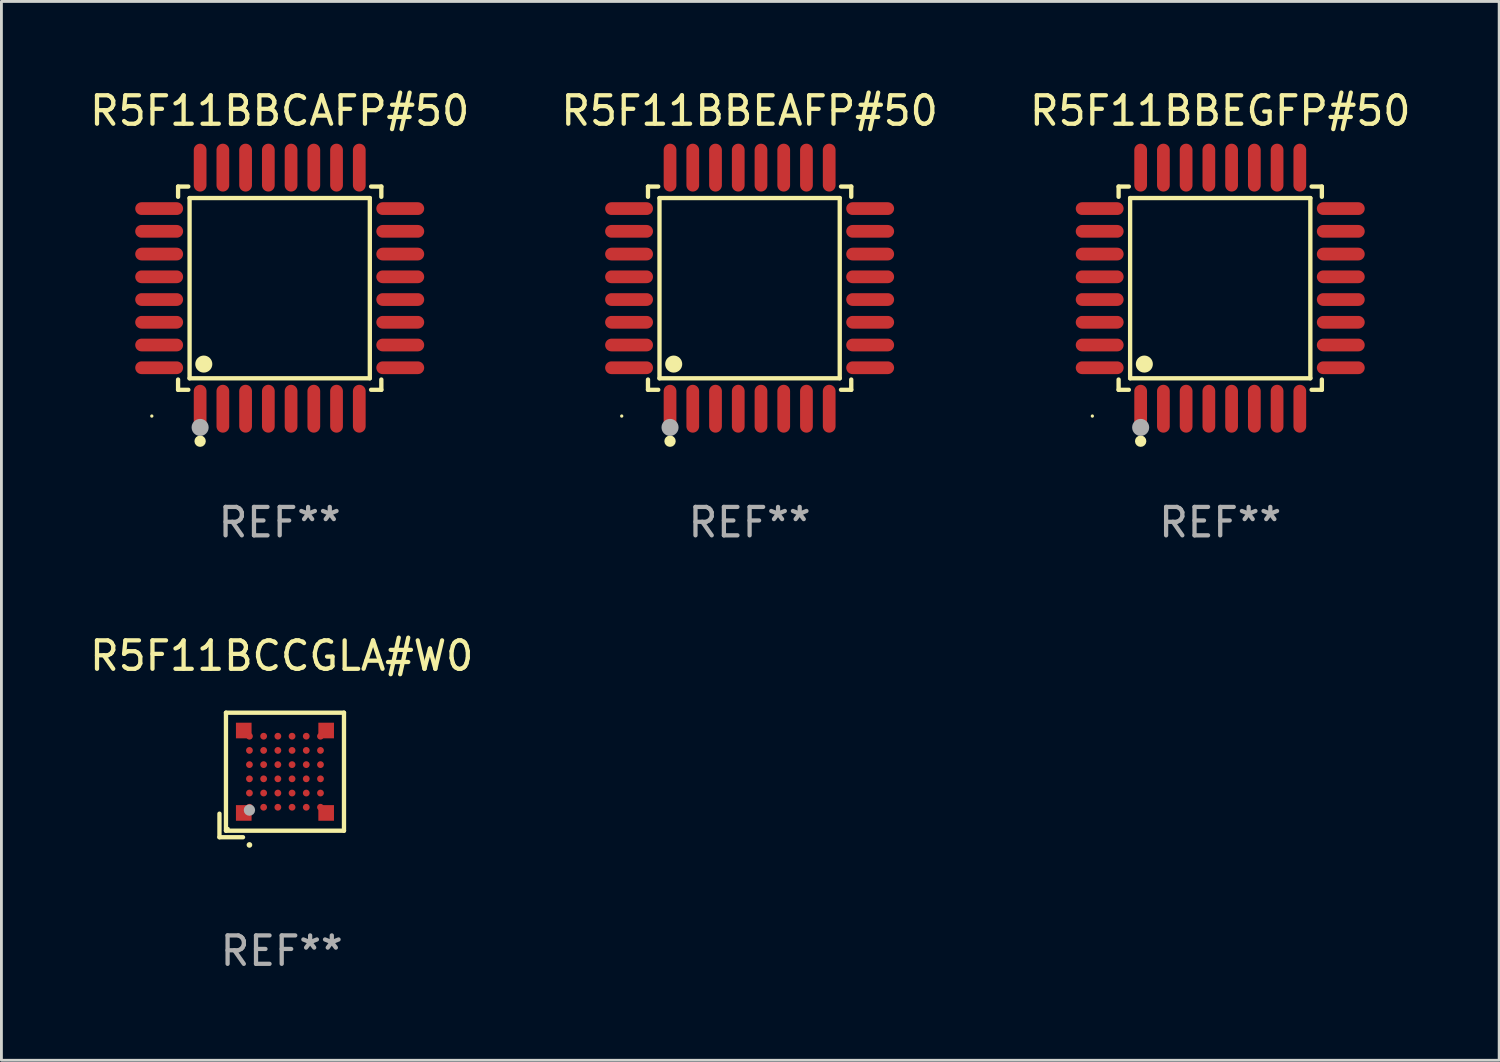
<source format=kicad_pcb>
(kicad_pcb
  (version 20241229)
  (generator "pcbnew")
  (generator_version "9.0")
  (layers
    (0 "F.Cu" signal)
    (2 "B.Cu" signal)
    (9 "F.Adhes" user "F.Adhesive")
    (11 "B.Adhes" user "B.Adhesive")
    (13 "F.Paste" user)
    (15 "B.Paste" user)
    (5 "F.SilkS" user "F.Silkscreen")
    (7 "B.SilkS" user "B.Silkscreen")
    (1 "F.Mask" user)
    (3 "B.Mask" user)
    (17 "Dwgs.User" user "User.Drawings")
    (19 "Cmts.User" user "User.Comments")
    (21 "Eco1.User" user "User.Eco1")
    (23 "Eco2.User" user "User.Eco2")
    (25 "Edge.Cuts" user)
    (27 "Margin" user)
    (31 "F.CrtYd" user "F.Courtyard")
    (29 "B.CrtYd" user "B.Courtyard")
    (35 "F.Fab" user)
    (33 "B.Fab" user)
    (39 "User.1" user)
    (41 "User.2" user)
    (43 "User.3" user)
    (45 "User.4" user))
  (footprint "R5F11BBEGFP#50"
    (layer "F.Cu")
    (at 39.887 7.09)
    (property "Reference" "R5F11BBEGFP#50" (at 0 -6.242 0) (layer "F.SilkS") (effects (font (size 1 1) (thickness 0.15))))
    (attr through_hole)
    (fp_line (start -3.576 -3.576) (end -3.215 -3.576) (stroke (width 0.152) (type solid)) (layer "F.SilkS"))
    (fp_line (start -3.576 -3.215) (end -3.576 -3.576) (stroke (width 0.152) (type solid)) (layer "F.SilkS"))
    (fp_line (start -3.576 3.215) (end -3.576 3.576) (stroke (width 0.152) (type solid)) (layer "F.SilkS"))
    (fp_line (start -3.576 3.576) (end -3.215 3.576) (stroke (width 0.152) (type solid)) (layer "F.SilkS"))
    (fp_line (start -3.171 -3.171) (end 3.171 -3.171) (stroke (width 0.152) (type solid)) (layer "F.SilkS"))
    (fp_line (start -3.171 3.171) (end -3.171 -3.171) (stroke (width 0.152) (type solid)) (layer "F.SilkS"))
    (fp_line (start 3.171 -3.171) (end 3.171 3.171) (stroke (width 0.152) (type solid)) (layer "F.SilkS"))
    (fp_line (start 3.171 3.171) (end -3.171 3.171) (stroke (width 0.152) (type solid)) (layer "F.SilkS"))
    (fp_line (start 3.576 -3.576) (end 3.215 -3.576) (stroke (width 0.152) (type solid)) (layer "F.SilkS"))
    (fp_line (start 3.576 -3.215) (end 3.576 -3.576) (stroke (width 0.152) (type solid)) (layer "F.SilkS"))
    (fp_line (start 3.576 3.215) (end 3.576 3.576) (stroke (width 0.152) (type solid)) (layer "F.SilkS"))
    (fp_line (start 3.576 3.576) (end 3.215 3.576) (stroke (width 0.152) (type solid)) (layer "F.SilkS"))
    (fp_circle (center -4.5 4.5) (end -4.47 4.5) (stroke (width 0.06) (type solid)) (fill no) (layer "F.SilkS"))
    (fp_circle (center -2.8 5.384) (end -2.7 5.384) (stroke (width 0.2) (type solid)) (fill no) (layer "F.SilkS"))
    (fp_circle (center -2.671 2.671) (end -2.521 2.671) (stroke (width 0.3) (type solid)) (fill no) (layer "F.SilkS"))
    (fp_circle (center -2.8 4.9) (end -2.65 4.9) (stroke (width 0.3) (type solid)) (fill no) (layer "F.Fab"))
    (fp_text user "REF**" (at 0 8.242 0) (layer "F.Fab") (effects (font (size 1 1) (thickness 0.15))))
    (pad "1" smd oval (at -2.8 4.242) (size 0.448 1.684) (layers "F.Cu" "F.Mask" "F.Paste"))
    (pad "2" smd oval (at -2 4.242) (size 0.448 1.684) (layers "F.Cu" "F.Mask" "F.Paste"))
    (pad "3" smd oval (at -1.2 4.242) (size 0.448 1.684) (layers "F.Cu" "F.Mask" "F.Paste"))
    (pad "4" smd oval (at -0.4 4.242) (size 0.448 1.684) (layers "F.Cu" "F.Mask" "F.Paste"))
    (pad "5" smd oval (at 0.4 4.242) (size 0.448 1.684) (layers "F.Cu" "F.Mask" "F.Paste"))
    (pad "6" smd oval (at 1.2 4.242) (size 0.448 1.684) (layers "F.Cu" "F.Mask" "F.Paste"))
    (pad "7" smd oval (at 2 4.242) (size 0.448 1.684) (layers "F.Cu" "F.Mask" "F.Paste"))
    (pad "8" smd oval (at 2.8 4.242) (size 0.448 1.684) (layers "F.Cu" "F.Mask" "F.Paste"))
    (pad "9" smd oval (at 4.242 2.8) (size 1.684 0.448) (layers "F.Cu" "F.Mask" "F.Paste"))
    (pad "10" smd oval (at 4.242 2) (size 1.684 0.448) (layers "F.Cu" "F.Mask" "F.Paste"))
    (pad "11" smd oval (at 4.242 1.2) (size 1.684 0.448) (layers "F.Cu" "F.Mask" "F.Paste"))
    (pad "12" smd oval (at 4.242 0.4) (size 1.684 0.448) (layers "F.Cu" "F.Mask" "F.Paste"))
    (pad "13" smd oval (at 4.242 -0.4) (size 1.684 0.448) (layers "F.Cu" "F.Mask" "F.Paste"))
    (pad "14" smd oval (at 4.242 -1.2) (size 1.684 0.448) (layers "F.Cu" "F.Mask" "F.Paste"))
    (pad "15" smd oval (at 4.242 -2) (size 1.684 0.448) (layers "F.Cu" "F.Mask" "F.Paste"))
    (pad "16" smd oval (at 4.242 -2.8) (size 1.684 0.448) (layers "F.Cu" "F.Mask" "F.Paste"))
    (pad "17" smd oval (at 2.8 -4.242) (size 0.448 1.684) (layers "F.Cu" "F.Mask" "F.Paste"))
    (pad "18" smd oval (at 2 -4.242) (size 0.448 1.684) (layers "F.Cu" "F.Mask" "F.Paste"))
    (pad "19" smd oval (at 1.2 -4.242) (size 0.448 1.684) (layers "F.Cu" "F.Mask" "F.Paste"))
    (pad "20" smd oval (at 0.4 -4.242) (size 0.448 1.684) (layers "F.Cu" "F.Mask" "F.Paste"))
    (pad "21" smd oval (at -0.4 -4.242) (size 0.448 1.684) (layers "F.Cu" "F.Mask" "F.Paste"))
    (pad "22" smd oval (at -1.2 -4.242) (size 0.448 1.684) (layers "F.Cu" "F.Mask" "F.Paste"))
    (pad "23" smd oval (at -2 -4.242) (size 0.448 1.684) (layers "F.Cu" "F.Mask" "F.Paste"))
    (pad "24" smd oval (at -2.8 -4.242) (size 0.448 1.684) (layers "F.Cu" "F.Mask" "F.Paste"))
    (pad "25" smd oval (at -4.242 -2.8) (size 1.684 0.448) (layers "F.Cu" "F.Mask" "F.Paste"))
    (pad "26" smd oval (at -4.242 -2) (size 1.684 0.448) (layers "F.Cu" "F.Mask" "F.Paste"))
    (pad "27" smd oval (at -4.242 -1.2) (size 1.684 0.448) (layers "F.Cu" "F.Mask" "F.Paste"))
    (pad "28" smd oval (at -4.242 -0.4) (size 1.684 0.448) (layers "F.Cu" "F.Mask" "F.Paste"))
    (pad "29" smd oval (at -4.242 0.4) (size 1.684 0.448) (layers "F.Cu" "F.Mask" "F.Paste"))
    (pad "30" smd oval (at -4.242 1.2) (size 1.684 0.448) (layers "F.Cu" "F.Mask" "F.Paste"))
    (pad "31" smd oval (at -4.242 2) (size 1.684 0.448) (layers "F.Cu" "F.Mask" "F.Paste"))
    (pad "32" smd oval (at -4.242 2.8) (size 1.684 0.448) (layers "F.Cu" "F.Mask" "F.Paste")))
  (footprint "R5F11BBEAFP#50"
    (layer "F.Cu")
    (at 23.327 7.09)
    (property "Reference" "R5F11BBEAFP#50" (at 0 -6.242 0) (layer "F.SilkS") (effects (font (size 1 1) (thickness 0.15))))
    (attr through_hole)
    (fp_line (start -3.576 -3.576) (end -3.215 -3.576) (stroke (width 0.152) (type solid)) (layer "F.SilkS"))
    (fp_line (start -3.576 -3.215) (end -3.576 -3.576) (stroke (width 0.152) (type solid)) (layer "F.SilkS"))
    (fp_line (start -3.576 3.215) (end -3.576 3.576) (stroke (width 0.152) (type solid)) (layer "F.SilkS"))
    (fp_line (start -3.576 3.576) (end -3.215 3.576) (stroke (width 0.152) (type solid)) (layer "F.SilkS"))
    (fp_line (start -3.171 -3.171) (end 3.171 -3.171) (stroke (width 0.152) (type solid)) (layer "F.SilkS"))
    (fp_line (start -3.171 3.171) (end -3.171 -3.171) (stroke (width 0.152) (type solid)) (layer "F.SilkS"))
    (fp_line (start 3.171 -3.171) (end 3.171 3.171) (stroke (width 0.152) (type solid)) (layer "F.SilkS"))
    (fp_line (start 3.171 3.171) (end -3.171 3.171) (stroke (width 0.152) (type solid)) (layer "F.SilkS"))
    (fp_line (start 3.576 -3.576) (end 3.215 -3.576) (stroke (width 0.152) (type solid)) (layer "F.SilkS"))
    (fp_line (start 3.576 -3.215) (end 3.576 -3.576) (stroke (width 0.152) (type solid)) (layer "F.SilkS"))
    (fp_line (start 3.576 3.215) (end 3.576 3.576) (stroke (width 0.152) (type solid)) (layer "F.SilkS"))
    (fp_line (start 3.576 3.576) (end 3.215 3.576) (stroke (width 0.152) (type solid)) (layer "F.SilkS"))
    (fp_circle (center -4.5 4.5) (end -4.47 4.5) (stroke (width 0.06) (type solid)) (fill no) (layer "F.SilkS"))
    (fp_circle (center -2.8 5.384) (end -2.7 5.384) (stroke (width 0.2) (type solid)) (fill no) (layer "F.SilkS"))
    (fp_circle (center -2.671 2.671) (end -2.521 2.671) (stroke (width 0.3) (type solid)) (fill no) (layer "F.SilkS"))
    (fp_circle (center -2.8 4.9) (end -2.65 4.9) (stroke (width 0.3) (type solid)) (fill no) (layer "F.Fab"))
    (fp_text user "REF**" (at 0 8.242 0) (layer "F.Fab") (effects (font (size 1 1) (thickness 0.15))))
    (pad "1" smd oval (at -2.8 4.242) (size 0.448 1.684) (layers "F.Cu" "F.Mask" "F.Paste"))
    (pad "2" smd oval (at -2 4.242) (size 0.448 1.684) (layers "F.Cu" "F.Mask" "F.Paste"))
    (pad "3" smd oval (at -1.2 4.242) (size 0.448 1.684) (layers "F.Cu" "F.Mask" "F.Paste"))
    (pad "4" smd oval (at -0.4 4.242) (size 0.448 1.684) (layers "F.Cu" "F.Mask" "F.Paste"))
    (pad "5" smd oval (at 0.4 4.242) (size 0.448 1.684) (layers "F.Cu" "F.Mask" "F.Paste"))
    (pad "6" smd oval (at 1.2 4.242) (size 0.448 1.684) (layers "F.Cu" "F.Mask" "F.Paste"))
    (pad "7" smd oval (at 2 4.242) (size 0.448 1.684) (layers "F.Cu" "F.Mask" "F.Paste"))
    (pad "8" smd oval (at 2.8 4.242) (size 0.448 1.684) (layers "F.Cu" "F.Mask" "F.Paste"))
    (pad "9" smd oval (at 4.242 2.8) (size 1.684 0.448) (layers "F.Cu" "F.Mask" "F.Paste"))
    (pad "10" smd oval (at 4.242 2) (size 1.684 0.448) (layers "F.Cu" "F.Mask" "F.Paste"))
    (pad "11" smd oval (at 4.242 1.2) (size 1.684 0.448) (layers "F.Cu" "F.Mask" "F.Paste"))
    (pad "12" smd oval (at 4.242 0.4) (size 1.684 0.448) (layers "F.Cu" "F.Mask" "F.Paste"))
    (pad "13" smd oval (at 4.242 -0.4) (size 1.684 0.448) (layers "F.Cu" "F.Mask" "F.Paste"))
    (pad "14" smd oval (at 4.242 -1.2) (size 1.684 0.448) (layers "F.Cu" "F.Mask" "F.Paste"))
    (pad "15" smd oval (at 4.242 -2) (size 1.684 0.448) (layers "F.Cu" "F.Mask" "F.Paste"))
    (pad "16" smd oval (at 4.242 -2.8) (size 1.684 0.448) (layers "F.Cu" "F.Mask" "F.Paste"))
    (pad "17" smd oval (at 2.8 -4.242) (size 0.448 1.684) (layers "F.Cu" "F.Mask" "F.Paste"))
    (pad "18" smd oval (at 2 -4.242) (size 0.448 1.684) (layers "F.Cu" "F.Mask" "F.Paste"))
    (pad "19" smd oval (at 1.2 -4.242) (size 0.448 1.684) (layers "F.Cu" "F.Mask" "F.Paste"))
    (pad "20" smd oval (at 0.4 -4.242) (size 0.448 1.684) (layers "F.Cu" "F.Mask" "F.Paste"))
    (pad "21" smd oval (at -0.4 -4.242) (size 0.448 1.684) (layers "F.Cu" "F.Mask" "F.Paste"))
    (pad "22" smd oval (at -1.2 -4.242) (size 0.448 1.684) (layers "F.Cu" "F.Mask" "F.Paste"))
    (pad "23" smd oval (at -2 -4.242) (size 0.448 1.684) (layers "F.Cu" "F.Mask" "F.Paste"))
    (pad "24" smd oval (at -2.8 -4.242) (size 0.448 1.684) (layers "F.Cu" "F.Mask" "F.Paste"))
    (pad "25" smd oval (at -4.242 -2.8) (size 1.684 0.448) (layers "F.Cu" "F.Mask" "F.Paste"))
    (pad "26" smd oval (at -4.242 -2) (size 1.684 0.448) (layers "F.Cu" "F.Mask" "F.Paste"))
    (pad "27" smd oval (at -4.242 -1.2) (size 1.684 0.448) (layers "F.Cu" "F.Mask" "F.Paste"))
    (pad "28" smd oval (at -4.242 -0.4) (size 1.684 0.448) (layers "F.Cu" "F.Mask" "F.Paste"))
    (pad "29" smd oval (at -4.242 0.4) (size 1.684 0.448) (layers "F.Cu" "F.Mask" "F.Paste"))
    (pad "30" smd oval (at -4.242 1.2) (size 1.684 0.448) (layers "F.Cu" "F.Mask" "F.Paste"))
    (pad "31" smd oval (at -4.242 2) (size 1.684 0.448) (layers "F.Cu" "F.Mask" "F.Paste"))
    (pad "32" smd oval (at -4.242 2.8) (size 1.684 0.448) (layers "F.Cu" "F.Mask" "F.Paste")))
  (footprint "R5F11BCCGLA#W0"
    (layer "F.Cu")
    (at 6.863 24.219)
    (property "Reference" "R5F11BCCGLA#W0" (at 0 -4.191 0) (layer "F.SilkS") (effects (font (size 1 1) (thickness 0.15))))
    (attr through_hole)
    (fp_line (start -2.191 1.362) (end -2.191 2.191) (stroke (width 0.152) (type solid)) (layer "F.SilkS"))
    (fp_line (start -2.191 2.191) (end -1.362 2.191) (stroke (width 0.152) (type solid)) (layer "F.SilkS"))
    (fp_line (start -1.962 -2.191) (end 2.191 -2.191) (stroke (width 0.152) (type solid)) (layer "F.SilkS"))
    (fp_line (start -1.962 1.962) (end -1.962 -2.191) (stroke (width 0.152) (type solid)) (layer "F.SilkS"))
    (fp_line (start 2.191 -2.191) (end 2.191 1.962) (stroke (width 0.152) (type solid)) (layer "F.SilkS"))
    (fp_line (start 2.191 1.962) (end -1.962 1.962) (stroke (width 0.152) (type solid)) (layer "F.SilkS"))
    (fp_circle (center -1.886 1.886) (end -1.856 1.886) (stroke (width 0.06) (type solid)) (fill no) (layer "F.SilkS"))
    (fp_circle (center -1.136 2.462) (end -1.086 2.462) (stroke (width 0.1) (type solid)) (fill no) (layer "F.SilkS"))
    (fp_circle (center -1.136 1.236) (end -1.036 1.236) (stroke (width 0.2) (type solid)) (fill no) (layer "F.Fab"))
    (fp_text user "REF**" (at 0 6.191 0) (layer "F.Fab") (effects (font (size 1 1) (thickness 0.15))))
    (pad "A1" smd rect (at -1.336 1.336) (size 0.55 0.55) (layers "F.Cu" "F.Mask" "F.Paste"))
    (pad "A1" smd circle (at -1.136 1.136) (size 0.24 0.24) (layers "F.Cu" "F.Mask" "F.Paste"))
    (pad "A2" smd circle (at -1.136 0.636) (size 0.24 0.24) (layers "F.Cu" "F.Mask" "F.Paste"))
    (pad "A3" smd circle (at -1.136 0.136) (size 0.24 0.24) (layers "F.Cu" "F.Mask" "F.Paste"))
    (pad "A4" smd circle (at -1.136 -0.364) (size 0.24 0.24) (layers "F.Cu" "F.Mask" "F.Paste"))
    (pad "A5" smd circle (at -1.136 -0.864) (size 0.24 0.24) (layers "F.Cu" "F.Mask" "F.Paste"))
    (pad "A6" smd rect (at -1.336 -1.564) (size 0.55 0.55) (layers "F.Cu" "F.Mask" "F.Paste"))
    (pad "A6" smd circle (at -1.136 -1.364) (size 0.24 0.24) (layers "F.Cu" "F.Mask" "F.Paste"))
    (pad "B1" smd circle (at -0.636 1.136) (size 0.24 0.24) (layers "F.Cu" "F.Mask" "F.Paste"))
    (pad "B2" smd circle (at -0.636 0.636) (size 0.24 0.24) (layers "F.Cu" "F.Mask" "F.Paste"))
    (pad "B3" smd circle (at -0.636 0.136) (size 0.24 0.24) (layers "F.Cu" "F.Mask" "F.Paste"))
    (pad "B4" smd circle (at -0.636 -0.364) (size 0.24 0.24) (layers "F.Cu" "F.Mask" "F.Paste"))
    (pad "B5" smd circle (at -0.636 -0.864) (size 0.24 0.24) (layers "F.Cu" "F.Mask" "F.Paste"))
    (pad "B6" smd circle (at -0.636 -1.364) (size 0.24 0.24) (layers "F.Cu" "F.Mask" "F.Paste"))
    (pad "C1" smd circle (at -0.136 1.136) (size 0.24 0.24) (layers "F.Cu" "F.Mask" "F.Paste"))
    (pad "C2" smd circle (at -0.136 0.636) (size 0.24 0.24) (layers "F.Cu" "F.Mask" "F.Paste"))
    (pad "C3" smd circle (at -0.136 0.136) (size 0.24 0.24) (layers "F.Cu" "F.Mask" "F.Paste"))
    (pad "C4" smd circle (at -0.136 -0.364) (size 0.24 0.24) (layers "F.Cu" "F.Mask" "F.Paste"))
    (pad "C5" smd circle (at -0.136 -0.864) (size 0.24 0.24) (layers "F.Cu" "F.Mask" "F.Paste"))
    (pad "C6" smd circle (at -0.136 -1.364) (size 0.24 0.24) (layers "F.Cu" "F.Mask" "F.Paste"))
    (pad "D1" smd circle (at 0.364 1.136) (size 0.24 0.24) (layers "F.Cu" "F.Mask" "F.Paste"))
    (pad "D2" smd circle (at 0.364 0.636) (size 0.24 0.24) (layers "F.Cu" "F.Mask" "F.Paste"))
    (pad "D3" smd circle (at 0.364 0.136) (size 0.24 0.24) (layers "F.Cu" "F.Mask" "F.Paste"))
    (pad "D4" smd circle (at 0.364 -0.364) (size 0.24 0.24) (layers "F.Cu" "F.Mask" "F.Paste"))
    (pad "D5" smd circle (at 0.364 -0.864) (size 0.24 0.24) (layers "F.Cu" "F.Mask" "F.Paste"))
    (pad "D6" smd circle (at 0.364 -1.364) (size 0.24 0.24) (layers "F.Cu" "F.Mask" "F.Paste"))
    (pad "E1" smd circle (at 0.864 1.136) (size 0.24 0.24) (layers "F.Cu" "F.Mask" "F.Paste"))
    (pad "E2" smd circle (at 0.864 0.636) (size 0.24 0.24) (layers "F.Cu" "F.Mask" "F.Paste"))
    (pad "E3" smd circle (at 0.864 0.136) (size 0.24 0.24) (layers "F.Cu" "F.Mask" "F.Paste"))
    (pad "E4" smd circle (at 0.864 -0.364) (size 0.24 0.24) (layers "F.Cu" "F.Mask" "F.Paste"))
    (pad "E5" smd circle (at 0.864 -0.864) (size 0.24 0.24) (layers "F.Cu" "F.Mask" "F.Paste"))
    (pad "E6" smd circle (at 0.864 -1.364) (size 0.24 0.24) (layers "F.Cu" "F.Mask" "F.Paste"))
    (pad "F1" smd circle (at 1.364 1.136) (size 0.24 0.24) (layers "F.Cu" "F.Mask" "F.Paste"))
    (pad "F1" smd rect (at 1.564 1.336) (size 0.55 0.55) (layers "F.Cu" "F.Mask" "F.Paste"))
    (pad "F2" smd circle (at 1.364 0.636) (size 0.24 0.24) (layers "F.Cu" "F.Mask" "F.Paste"))
    (pad "F3" smd circle (at 1.364 0.136) (size 0.24 0.24) (layers "F.Cu" "F.Mask" "F.Paste"))
    (pad "F4" smd circle (at 1.364 -0.364) (size 0.24 0.24) (layers "F.Cu" "F.Mask" "F.Paste"))
    (pad "F5" smd circle (at 1.364 -0.864) (size 0.24 0.24) (layers "F.Cu" "F.Mask" "F.Paste"))
    (pad "F6" smd circle (at 1.364 -1.364) (size 0.24 0.24) (layers "F.Cu" "F.Mask" "F.Paste"))
    (pad "F6" smd rect (at 1.564 -1.564) (size 0.55 0.55) (layers "F.Cu" "F.Mask" "F.Paste")))
  (footprint "R5F11BBCAFP#50"
    (layer "F.Cu")
    (at 6.792 7.09)
    (property "Reference" "R5F11BBCAFP#50" (at 0 -6.242 0) (layer "F.SilkS") (effects (font (size 1 1) (thickness 0.15))))
    (attr through_hole)
    (fp_line (start -3.576 -3.576) (end -3.215 -3.576) (stroke (width 0.152) (type solid)) (layer "F.SilkS"))
    (fp_line (start -3.576 -3.215) (end -3.576 -3.576) (stroke (width 0.152) (type solid)) (layer "F.SilkS"))
    (fp_line (start -3.576 3.215) (end -3.576 3.576) (stroke (width 0.152) (type solid)) (layer "F.SilkS"))
    (fp_line (start -3.576 3.576) (end -3.215 3.576) (stroke (width 0.152) (type solid)) (layer "F.SilkS"))
    (fp_line (start -3.171 -3.171) (end 3.171 -3.171) (stroke (width 0.152) (type solid)) (layer "F.SilkS"))
    (fp_line (start -3.171 3.171) (end -3.171 -3.171) (stroke (width 0.152) (type solid)) (layer "F.SilkS"))
    (fp_line (start 3.171 -3.171) (end 3.171 3.171) (stroke (width 0.152) (type solid)) (layer "F.SilkS"))
    (fp_line (start 3.171 3.171) (end -3.171 3.171) (stroke (width 0.152) (type solid)) (layer "F.SilkS"))
    (fp_line (start 3.576 -3.576) (end 3.215 -3.576) (stroke (width 0.152) (type solid)) (layer "F.SilkS"))
    (fp_line (start 3.576 -3.215) (end 3.576 -3.576) (stroke (width 0.152) (type solid)) (layer "F.SilkS"))
    (fp_line (start 3.576 3.215) (end 3.576 3.576) (stroke (width 0.152) (type solid)) (layer "F.SilkS"))
    (fp_line (start 3.576 3.576) (end 3.215 3.576) (stroke (width 0.152) (type solid)) (layer "F.SilkS"))
    (fp_circle (center -4.5 4.5) (end -4.47 4.5) (stroke (width 0.06) (type solid)) (fill no) (layer "F.SilkS"))
    (fp_circle (center -2.8 5.384) (end -2.7 5.384) (stroke (width 0.2) (type solid)) (fill no) (layer "F.SilkS"))
    (fp_circle (center -2.671 2.671) (end -2.521 2.671) (stroke (width 0.3) (type solid)) (fill no) (layer "F.SilkS"))
    (fp_circle (center -2.8 4.9) (end -2.65 4.9) (stroke (width 0.3) (type solid)) (fill no) (layer "F.Fab"))
    (fp_text user "REF**" (at 0 8.242 0) (layer "F.Fab") (effects (font (size 1 1) (thickness 0.15))))
    (pad "1" smd oval (at -2.8 4.242) (size 0.448 1.684) (layers "F.Cu" "F.Mask" "F.Paste"))
    (pad "2" smd oval (at -2 4.242) (size 0.448 1.684) (layers "F.Cu" "F.Mask" "F.Paste"))
    (pad "3" smd oval (at -1.2 4.242) (size 0.448 1.684) (layers "F.Cu" "F.Mask" "F.Paste"))
    (pad "4" smd oval (at -0.4 4.242) (size 0.448 1.684) (layers "F.Cu" "F.Mask" "F.Paste"))
    (pad "5" smd oval (at 0.4 4.242) (size 0.448 1.684) (layers "F.Cu" "F.Mask" "F.Paste"))
    (pad "6" smd oval (at 1.2 4.242) (size 0.448 1.684) (layers "F.Cu" "F.Mask" "F.Paste"))
    (pad "7" smd oval (at 2 4.242) (size 0.448 1.684) (layers "F.Cu" "F.Mask" "F.Paste"))
    (pad "8" smd oval (at 2.8 4.242) (size 0.448 1.684) (layers "F.Cu" "F.Mask" "F.Paste"))
    (pad "9" smd oval (at 4.242 2.8) (size 1.684 0.448) (layers "F.Cu" "F.Mask" "F.Paste"))
    (pad "10" smd oval (at 4.242 2) (size 1.684 0.448) (layers "F.Cu" "F.Mask" "F.Paste"))
    (pad "11" smd oval (at 4.242 1.2) (size 1.684 0.448) (layers "F.Cu" "F.Mask" "F.Paste"))
    (pad "12" smd oval (at 4.242 0.4) (size 1.684 0.448) (layers "F.Cu" "F.Mask" "F.Paste"))
    (pad "13" smd oval (at 4.242 -0.4) (size 1.684 0.448) (layers "F.Cu" "F.Mask" "F.Paste"))
    (pad "14" smd oval (at 4.242 -1.2) (size 1.684 0.448) (layers "F.Cu" "F.Mask" "F.Paste"))
    (pad "15" smd oval (at 4.242 -2) (size 1.684 0.448) (layers "F.Cu" "F.Mask" "F.Paste"))
    (pad "16" smd oval (at 4.242 -2.8) (size 1.684 0.448) (layers "F.Cu" "F.Mask" "F.Paste"))
    (pad "17" smd oval (at 2.8 -4.242) (size 0.448 1.684) (layers "F.Cu" "F.Mask" "F.Paste"))
    (pad "18" smd oval (at 2 -4.242) (size 0.448 1.684) (layers "F.Cu" "F.Mask" "F.Paste"))
    (pad "19" smd oval (at 1.2 -4.242) (size 0.448 1.684) (layers "F.Cu" "F.Mask" "F.Paste"))
    (pad "20" smd oval (at 0.4 -4.242) (size 0.448 1.684) (layers "F.Cu" "F.Mask" "F.Paste"))
    (pad "21" smd oval (at -0.4 -4.242) (size 0.448 1.684) (layers "F.Cu" "F.Mask" "F.Paste"))
    (pad "22" smd oval (at -1.2 -4.242) (size 0.448 1.684) (layers "F.Cu" "F.Mask" "F.Paste"))
    (pad "23" smd oval (at -2 -4.242) (size 0.448 1.684) (layers "F.Cu" "F.Mask" "F.Paste"))
    (pad "24" smd oval (at -2.8 -4.242) (size 0.448 1.684) (layers "F.Cu" "F.Mask" "F.Paste"))
    (pad "25" smd oval (at -4.242 -2.8) (size 1.684 0.448) (layers "F.Cu" "F.Mask" "F.Paste"))
    (pad "26" smd oval (at -4.242 -2) (size 1.684 0.448) (layers "F.Cu" "F.Mask" "F.Paste"))
    (pad "27" smd oval (at -4.242 -1.2) (size 1.684 0.448) (layers "F.Cu" "F.Mask" "F.Paste"))
    (pad "28" smd oval (at -4.242 -0.4) (size 1.684 0.448) (layers "F.Cu" "F.Mask" "F.Paste"))
    (pad "29" smd oval (at -4.242 0.4) (size 1.684 0.448) (layers "F.Cu" "F.Mask" "F.Paste"))
    (pad "30" smd oval (at -4.242 1.2) (size 1.684 0.448) (layers "F.Cu" "F.Mask" "F.Paste"))
    (pad "31" smd oval (at -4.242 2) (size 1.684 0.448) (layers "F.Cu" "F.Mask" "F.Paste"))
    (pad "32" smd oval (at -4.242 2.8) (size 1.684 0.448) (layers "F.Cu" "F.Mask" "F.Paste")))
  (gr_rect
    (start -3 -3)
    (end 49.702 34.258)
    (stroke (width 0.1) (type default))
    (fill no)
    (layer "Edge.Cuts")))
</source>
